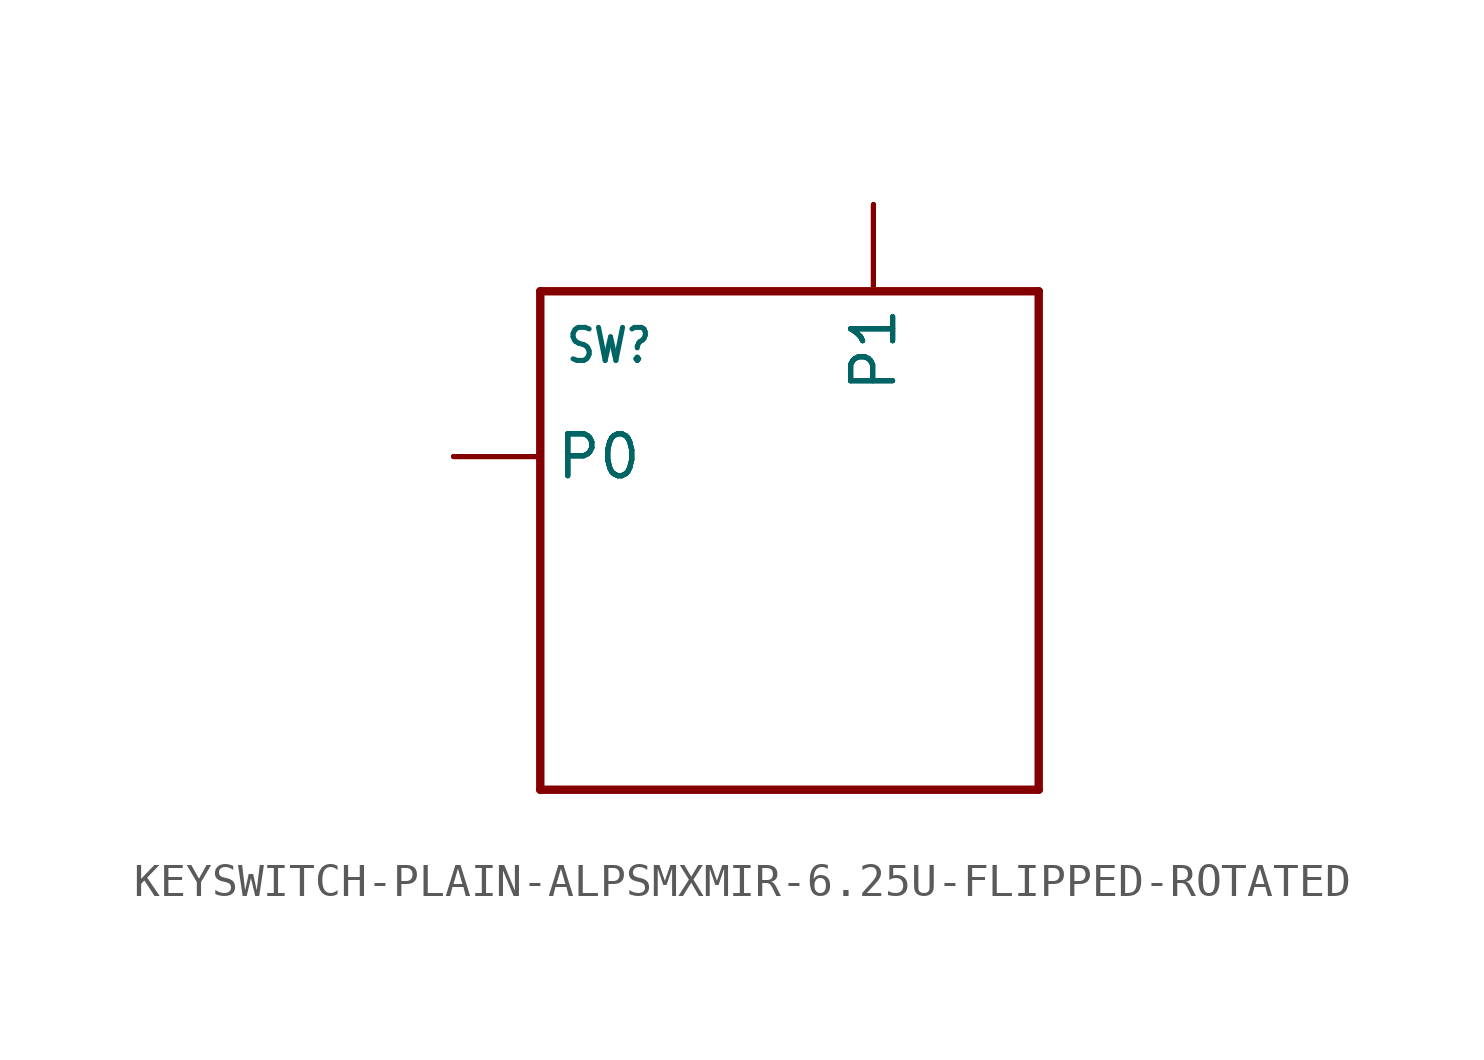
<source format=kicad_sym>
(kicad_symbol_lib
  (version 20211014)
  (generator kicad_symbol_editor)
  (symbol "KEYSWITCH-PLAIN-ALPSMXMIR-6.25U-FLIPPED-ROTATED"
    (property "Reference" "SW"
      (at -6.81 5.318 0)
      (effects (font (size 1 0.85)) (justify left bottom)))
    (property "ki_locked" ""
      (at 0 0 0)
      (effects (font (size 1.27 1.27))))
    (symbol "KEYSWITCH-PLAIN-ALPSMXMIR-6.25U-FLIPPED-ROTATED_1_0"
      (polyline (pts (xy -7.54 -7.54) (xy -7.54 7.54)) (stroke (width 0.254) (type default) (color 0 0 0 0)) (fill (type none)))
      (polyline (pts (xy -7.54 7.54) (xy 7.54 7.54)) (stroke (width 0.254) (type default) (color 0 0 0 0)) (fill (type none)))
      (polyline (pts (xy 7.54 -7.54) (xy -7.54 -7.54)) (stroke (width 0.254) (type default) (color 0 0 0 0)) (fill (type none)))
      (polyline (pts (xy 7.54 7.54) (xy 7.54 -7.54)) (stroke (width 0.254) (type default) (color 0 0 0 0)) (fill (type none)))
      (pin bidirectional line (at -10.16 2.54 0) (length 2.54) (name "P0" (effects (font (size 1.27 1.27)))) (number "ALPS1" (effects (font (size 0 0)))))
      (pin bidirectional line (at 2.54 10.16 270) (length 2.54) (name "P1" (effects (font (size 1.27 1.27)))) (number "ALPS2" (effects (font (size 0 0)))))
      (pin bidirectional line (at -10.16 2.54 0) (length 2.54) (name "P0" (effects (font (size 1.27 1.27)))) (number "ALPS3" (effects (font (size 0 0)))))
      (pin bidirectional line (at 2.54 10.16 270) (length 2.54) (name "P1" (effects (font (size 1.27 1.27)))) (number "ALPS4" (effects (font (size 0 0)))))
      (pin bidirectional line (at -10.16 2.54 0) (length 2.54) (name "P0" (effects (font (size 1.27 1.27)))) (number "MX1" (effects (font (size 0 0)))))
      (pin bidirectional line (at 2.54 10.16 270) (length 2.54) (name "P1" (effects (font (size 1.27 1.27)))) (number "MX2" (effects (font (size 0 0)))))
      (pin bidirectional line (at -10.16 2.54 0) (length 2.54) (name "P0" (effects (font (size 1.27 1.27)))) (number "MX3" (effects (font (size 0 0)))))
      (pin bidirectional line (at 2.54 10.16 270) (length 2.54) (name "P1" (effects (font (size 1.27 1.27)))) (number "MX4" (effects (font (size 0 0))))))))
</source>
